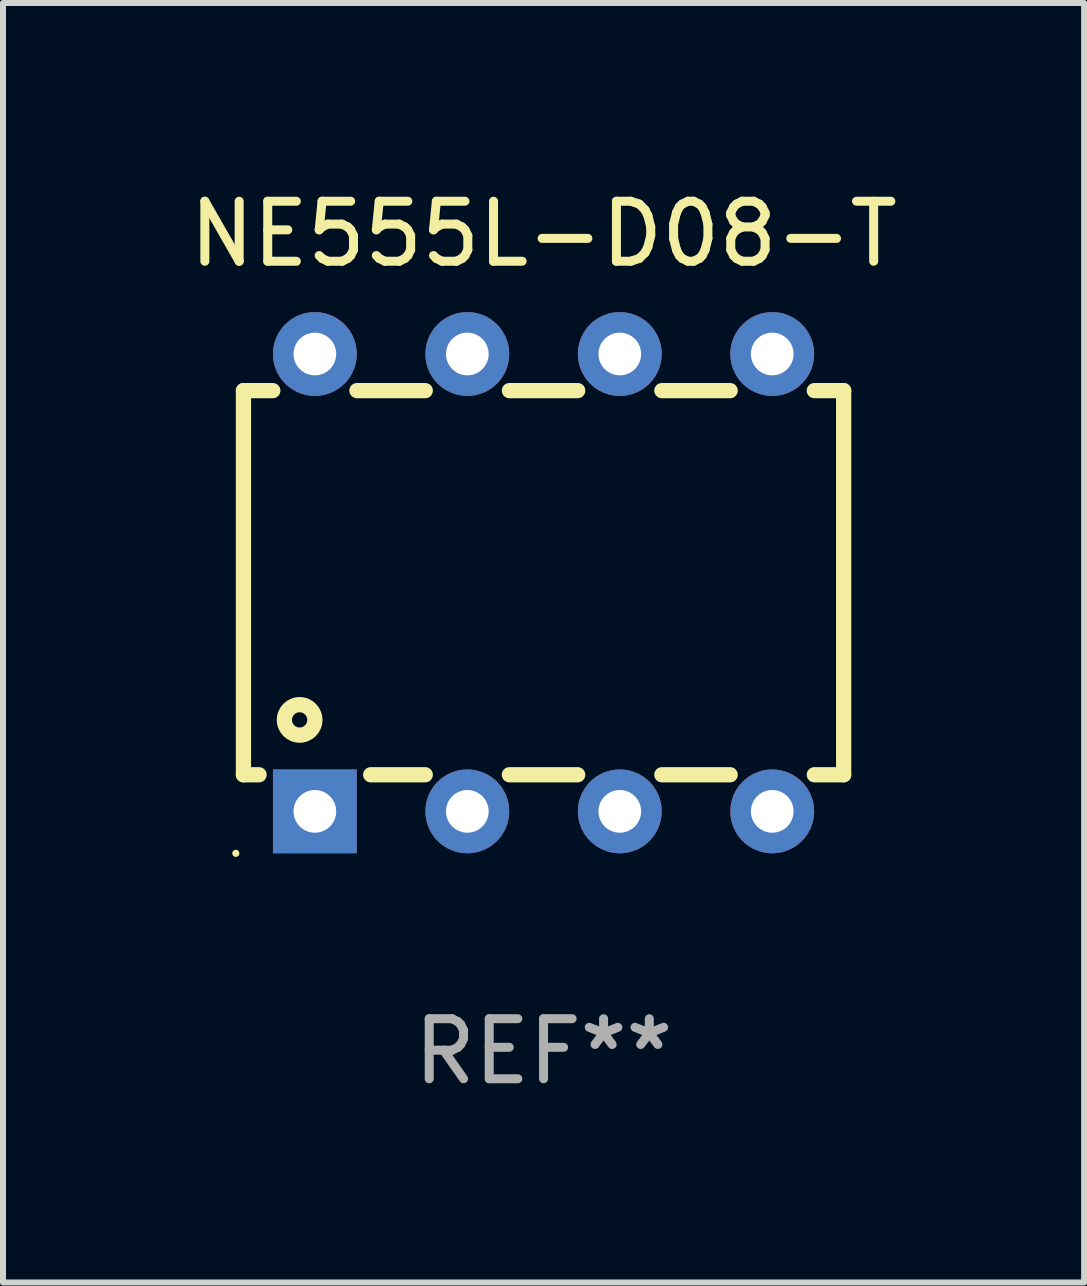
<source format=kicad_pcb>
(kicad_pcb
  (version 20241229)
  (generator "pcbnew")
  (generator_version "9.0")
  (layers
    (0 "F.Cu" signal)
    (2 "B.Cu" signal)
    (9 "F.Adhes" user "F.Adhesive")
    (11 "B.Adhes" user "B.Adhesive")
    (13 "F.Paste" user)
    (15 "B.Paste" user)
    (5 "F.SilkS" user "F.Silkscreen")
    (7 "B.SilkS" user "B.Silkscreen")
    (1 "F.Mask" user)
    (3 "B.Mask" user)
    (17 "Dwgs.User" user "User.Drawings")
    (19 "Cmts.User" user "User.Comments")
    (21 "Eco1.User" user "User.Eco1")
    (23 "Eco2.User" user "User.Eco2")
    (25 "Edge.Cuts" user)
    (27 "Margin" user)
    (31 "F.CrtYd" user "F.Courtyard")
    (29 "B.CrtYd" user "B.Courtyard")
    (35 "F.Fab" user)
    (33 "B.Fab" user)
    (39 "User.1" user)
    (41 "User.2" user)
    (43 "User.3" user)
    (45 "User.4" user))
  (footprint "NE555L-D08-T"
    (layer "F.Cu")
    (at 6.006 6.658)
    (property "Reference" "NE555L-D08-T" (at 0 -5.81 0) (layer "F.SilkS") (effects (font (size 1 1) (thickness 0.15))))
    (attr through_hole)
    (fp_line (start -5 -3.2) (end -5 3.2) (stroke (width 0.254) (type solid)) (layer "F.SilkS"))
    (fp_line (start -5 -3.2) (end -4.511 -3.2) (stroke (width 0.254) (type solid)) (layer "F.SilkS"))
    (fp_line (start -5 3.2) (end -4.74 3.2) (stroke (width 0.254) (type solid)) (layer "F.SilkS"))
    (fp_line (start -3.109 -3.2) (end -1.971 -3.2) (stroke (width 0.254) (type solid)) (layer "F.SilkS"))
    (fp_line (start -2.88 3.2) (end -1.971 3.2) (stroke (width 0.254) (type solid)) (layer "F.SilkS"))
    (fp_line (start -0.569 -3.2) (end 0.569 -3.2) (stroke (width 0.254) (type solid)) (layer "F.SilkS"))
    (fp_line (start -0.569 3.2) (end 0.569 3.2) (stroke (width 0.254) (type solid)) (layer "F.SilkS"))
    (fp_line (start 1.971 -3.2) (end 3.109 -3.2) (stroke (width 0.254) (type solid)) (layer "F.SilkS"))
    (fp_line (start 1.971 3.2) (end 3.109 3.2) (stroke (width 0.254) (type solid)) (layer "F.SilkS"))
    (fp_line (start 4.511 -3.2) (end 5 -3.2) (stroke (width 0.254) (type solid)) (layer "F.SilkS"))
    (fp_line (start 4.511 3.2) (end 5 3.2) (stroke (width 0.254) (type solid)) (layer "F.SilkS"))
    (fp_line (start 5 -3.2) (end 5 3.2) (stroke (width 0.254) (type solid)) (layer "F.SilkS"))
    (fp_circle (center -5.127 4.509) (end -5.097 4.509) (stroke (width 0.06) (type solid)) (fill no) (layer "F.SilkS"))
    (fp_circle (center -4.064 2.286) (end -3.81 2.286) (stroke (width 0.254) (type solid)) (fill no) (layer "F.SilkS"))
    (fp_text user "REF**" (at 0 7.81 0) (layer "F.Fab") (effects (font (size 1 1) (thickness 0.15))))
    (pad "1" thru_hole rect (at -3.81 3.81) (size 1.397 1.397) (drill 0.711) (layers "*.Cu" "*.Mask"))
    (pad "2" thru_hole circle (at -1.27 3.81) (size 1.397 1.397) (drill 0.711) (layers "*.Cu" "*.Mask"))
    (pad "3" thru_hole circle (at 1.27 3.81) (size 1.397 1.397) (drill 0.711) (layers "*.Cu" "*.Mask"))
    (pad "4" thru_hole circle (at 3.81 3.81) (size 1.397 1.397) (drill 0.711) (layers "*.Cu" "*.Mask"))
    (pad "5" thru_hole circle (at 3.81 -3.81) (size 1.397 1.397) (drill 0.711) (layers "*.Cu" "*.Mask"))
    (pad "6" thru_hole circle (at 1.27 -3.81) (size 1.397 1.397) (drill 0.711) (layers "*.Cu" "*.Mask"))
    (pad "7" thru_hole circle (at -1.27 -3.81) (size 1.397 1.397) (drill 0.711) (layers "*.Cu" "*.Mask"))
    (pad "8" thru_hole circle (at -3.81 -3.81) (size 1.397 1.397) (drill 0.711) (layers "*.Cu" "*.Mask")))
  (gr_rect
    (start -3 -3)
    (end 15.012 18.317)
    (stroke (width 0.1) (type default))
    (fill no)
    (layer "Edge.Cuts")))
</source>
